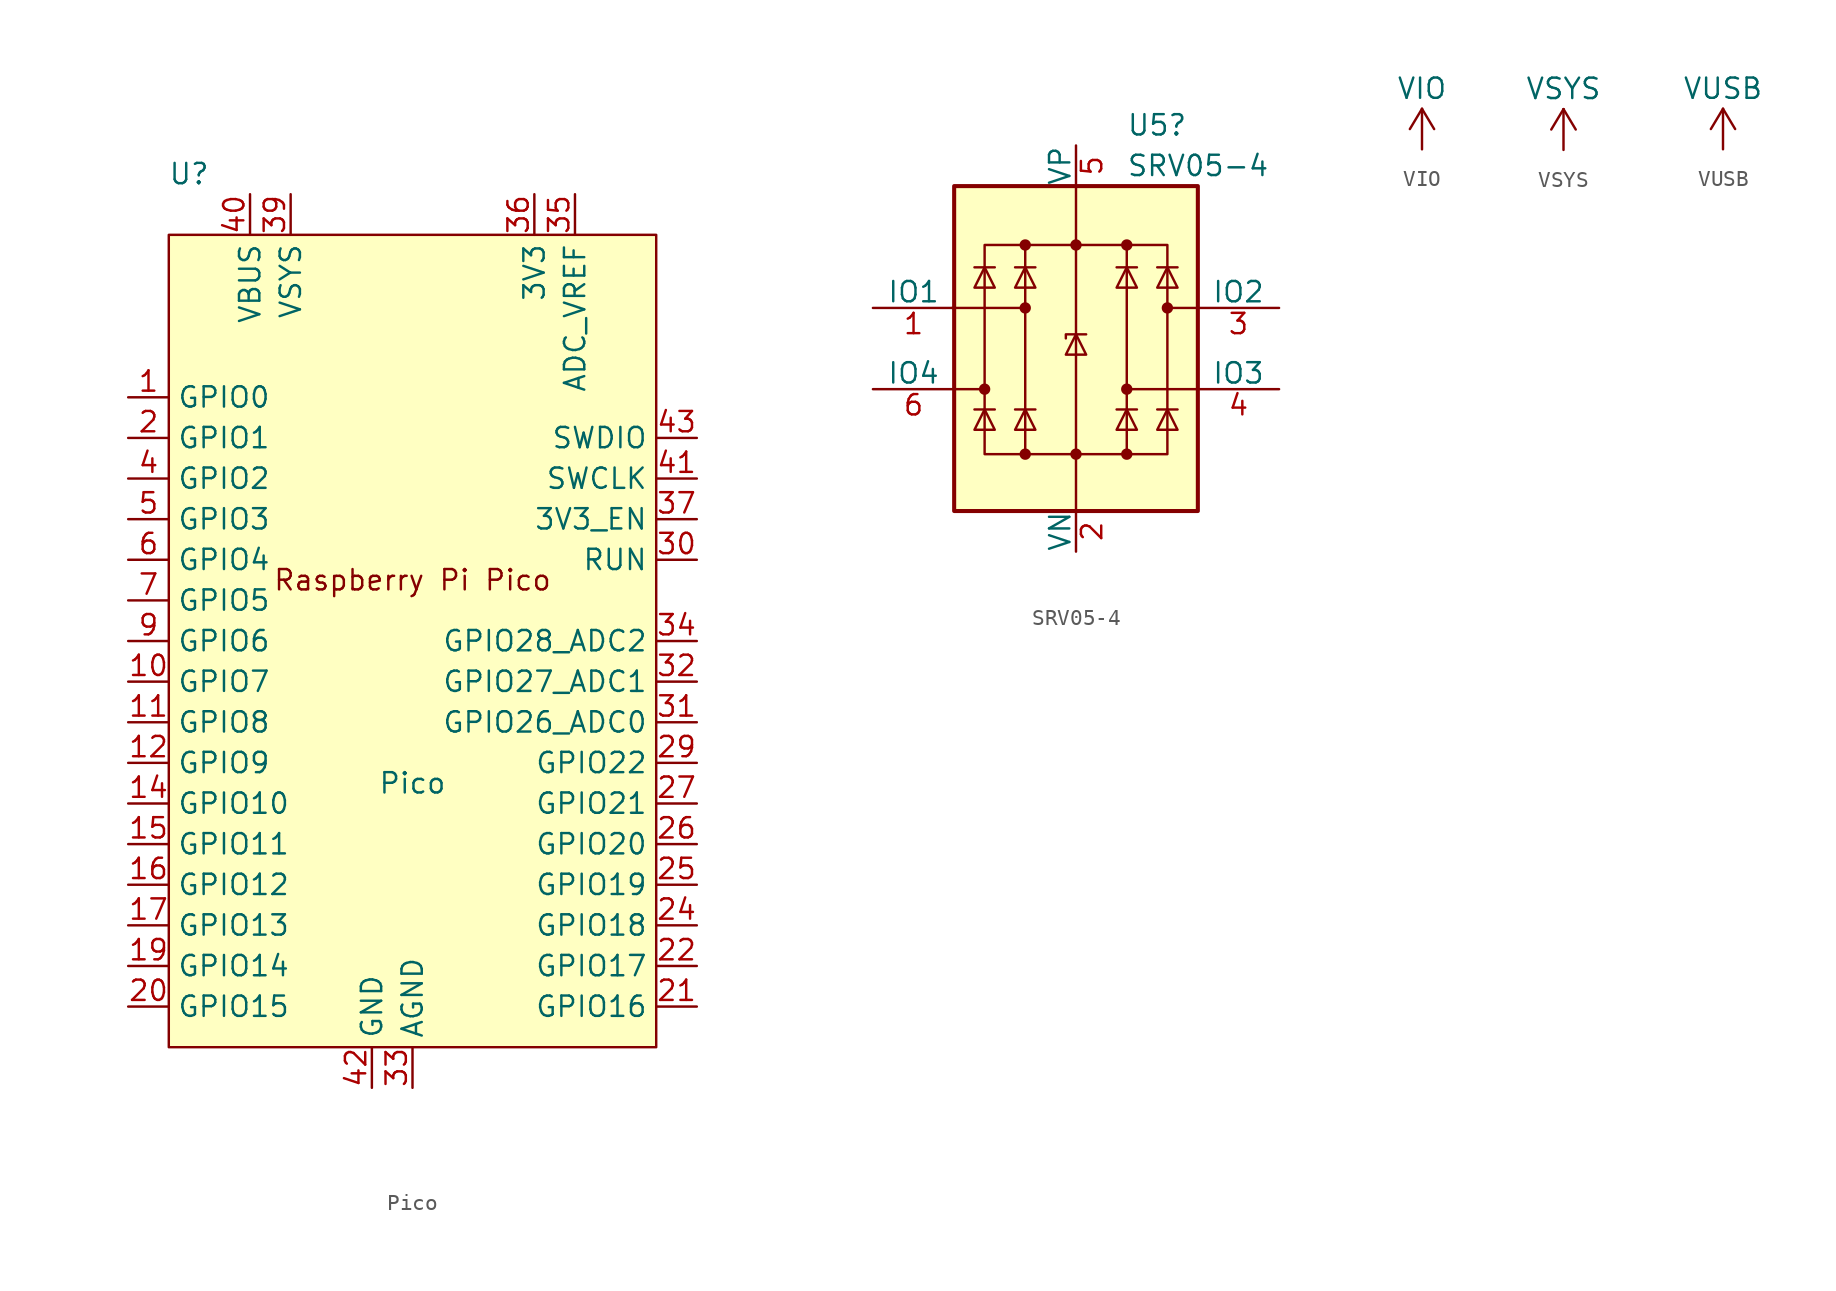
<source format=kicad_sym>
(kicad_symbol_lib
  (version 20220914)
  (generator kicad_symbol_editor)
  (symbol "Pico"
    (property "Reference" "U"
      (at -13.97 26.67 0)
      (effects (font (size 1.27 1.27))))
    (property "Value" "Pico"
      (at 0 -11.43 0)
      (effects (font (size 1.27 1.27))))
    (symbol "Pico_0_0"
      (text "Raspberry Pi Pico" (at 0 1.27 0) (effects (font (size 1.27 1.27)))))
    (symbol "Pico_0_1"
      (rectangle (start -15.24 22.86) (end 15.24 -27.94) (stroke (width 0) (type default)) (fill (type background))))
    (symbol "Pico_1_1"
      (pin bidirectional line (at -17.78 12.7 0) (length 2.54) (name "GPIO0" (effects (font (size 1.27 1.27)))) (number "1" (effects (font (size 1.27 1.27)))))
      (pin bidirectional line (at -17.78 -5.08 0) (length 2.54) (name "GPIO7" (effects (font (size 1.27 1.27)))) (number "10" (effects (font (size 1.27 1.27)))))
      (pin bidirectional line (at -17.78 -7.62 0) (length 2.54) (name "GPIO8" (effects (font (size 1.27 1.27)))) (number "11" (effects (font (size 1.27 1.27)))))
      (pin bidirectional line (at -17.78 -10.16 0) (length 2.54) (name "GPIO9" (effects (font (size 1.27 1.27)))) (number "12" (effects (font (size 1.27 1.27)))))
      (pin power_in line (at -2.54 -30.48 90) (length 2.54) hide (name "GND" (effects (font (size 1.27 1.27)))) (number "13" (effects (font (size 1.27 1.27)))))
      (pin bidirectional line (at -17.78 -12.7 0) (length 2.54) (name "GPIO10" (effects (font (size 1.27 1.27)))) (number "14" (effects (font (size 1.27 1.27)))))
      (pin bidirectional line (at -17.78 -15.24 0) (length 2.54) (name "GPIO11" (effects (font (size 1.27 1.27)))) (number "15" (effects (font (size 1.27 1.27)))))
      (pin bidirectional line (at -17.78 -17.78 0) (length 2.54) (name "GPIO12" (effects (font (size 1.27 1.27)))) (number "16" (effects (font (size 1.27 1.27)))))
      (pin bidirectional line (at -17.78 -20.32 0) (length 2.54) (name "GPIO13" (effects (font (size 1.27 1.27)))) (number "17" (effects (font (size 1.27 1.27)))))
      (pin power_in line (at -2.54 -30.48 90) (length 2.54) hide (name "GND" (effects (font (size 1.27 1.27)))) (number "18" (effects (font (size 1.27 1.27)))))
      (pin bidirectional line (at -17.78 -22.86 0) (length 2.54) (name "GPIO14" (effects (font (size 1.27 1.27)))) (number "19" (effects (font (size 1.27 1.27)))))
      (pin bidirectional line (at -17.78 10.16 0) (length 2.54) (name "GPIO1" (effects (font (size 1.27 1.27)))) (number "2" (effects (font (size 1.27 1.27)))))
      (pin bidirectional line (at -17.78 -25.4 0) (length 2.54) (name "GPIO15" (effects (font (size 1.27 1.27)))) (number "20" (effects (font (size 1.27 1.27)))))
      (pin bidirectional line (at 17.78 -25.4 180) (length 2.54) (name "GPIO16" (effects (font (size 1.27 1.27)))) (number "21" (effects (font (size 1.27 1.27)))))
      (pin bidirectional line (at 17.78 -22.86 180) (length 2.54) (name "GPIO17" (effects (font (size 1.27 1.27)))) (number "22" (effects (font (size 1.27 1.27)))))
      (pin power_in line (at -2.54 -30.48 90) (length 2.54) hide (name "GND" (effects (font (size 1.27 1.27)))) (number "23" (effects (font (size 1.27 1.27)))))
      (pin bidirectional line (at 17.78 -20.32 180) (length 2.54) (name "GPIO18" (effects (font (size 1.27 1.27)))) (number "24" (effects (font (size 1.27 1.27)))))
      (pin bidirectional line (at 17.78 -17.78 180) (length 2.54) (name "GPIO19" (effects (font (size 1.27 1.27)))) (number "25" (effects (font (size 1.27 1.27)))))
      (pin bidirectional line (at 17.78 -15.24 180) (length 2.54) (name "GPIO20" (effects (font (size 1.27 1.27)))) (number "26" (effects (font (size 1.27 1.27)))))
      (pin bidirectional line (at 17.78 -12.7 180) (length 2.54) (name "GPIO21" (effects (font (size 1.27 1.27)))) (number "27" (effects (font (size 1.27 1.27)))))
      (pin power_in line (at -2.54 -30.48 90) (length 2.54) hide (name "GND" (effects (font (size 1.27 1.27)))) (number "28" (effects (font (size 1.27 1.27)))))
      (pin bidirectional line (at 17.78 -10.16 180) (length 2.54) (name "GPIO22" (effects (font (size 1.27 1.27)))) (number "29" (effects (font (size 1.27 1.27)))))
      (pin power_in line (at -2.54 -30.48 90) (length 2.54) hide (name "GND" (effects (font (size 1.27 1.27)))) (number "3" (effects (font (size 1.27 1.27)))))
      (pin input line (at 17.78 2.54 180) (length 2.54) (name "RUN" (effects (font (size 1.27 1.27)))) (number "30" (effects (font (size 1.27 1.27)))))
      (pin bidirectional line (at 17.78 -7.62 180) (length 2.54) (name "GPIO26_ADC0" (effects (font (size 1.27 1.27)))) (number "31" (effects (font (size 1.27 1.27)))))
      (pin bidirectional line (at 17.78 -5.08 180) (length 2.54) (name "GPIO27_ADC1" (effects (font (size 1.27 1.27)))) (number "32" (effects (font (size 1.27 1.27)))))
      (pin power_in line (at 0 -30.48 90) (length 2.54) (name "AGND" (effects (font (size 1.27 1.27)))) (number "33" (effects (font (size 1.27 1.27)))))
      (pin bidirectional line (at 17.78 -2.54 180) (length 2.54) (name "GPIO28_ADC2" (effects (font (size 1.27 1.27)))) (number "34" (effects (font (size 1.27 1.27)))))
      (pin power_in line (at 10.16 25.4 270) (length 2.54) (name "ADC_VREF" (effects (font (size 1.27 1.27)))) (number "35" (effects (font (size 1.27 1.27)))))
      (pin power_in line (at 7.62 25.4 270) (length 2.54) (name "3V3" (effects (font (size 1.27 1.27)))) (number "36" (effects (font (size 1.27 1.27)))))
      (pin input line (at 17.78 5.08 180) (length 2.54) (name "3V3_EN" (effects (font (size 1.27 1.27)))) (number "37" (effects (font (size 1.27 1.27)))))
      (pin power_in line (at -2.54 -30.48 90) (length 2.54) hide (name "GND" (effects (font (size 1.27 1.27)))) (number "38" (effects (font (size 1.27 1.27)))))
      (pin power_in line (at -7.62 25.4 270) (length 2.54) (name "VSYS" (effects (font (size 1.27 1.27)))) (number "39" (effects (font (size 1.27 1.27)))))
      (pin bidirectional line (at -17.78 7.62 0) (length 2.54) (name "GPIO2" (effects (font (size 1.27 1.27)))) (number "4" (effects (font (size 1.27 1.27)))))
      (pin power_in line (at -10.16 25.4 270) (length 2.54) (name "VBUS" (effects (font (size 1.27 1.27)))) (number "40" (effects (font (size 1.27 1.27)))))
      (pin input line (at 17.78 7.62 180) (length 2.54) (name "SWCLK" (effects (font (size 1.27 1.27)))) (number "41" (effects (font (size 1.27 1.27)))))
      (pin power_in line (at -2.54 -30.48 90) (length 2.54) (name "GND" (effects (font (size 1.27 1.27)))) (number "42" (effects (font (size 1.27 1.27)))))
      (pin bidirectional line (at 17.78 10.16 180) (length 2.54) (name "SWDIO" (effects (font (size 1.27 1.27)))) (number "43" (effects (font (size 1.27 1.27)))))
      (pin bidirectional line (at -17.78 5.08 0) (length 2.54) (name "GPIO3" (effects (font (size 1.27 1.27)))) (number "5" (effects (font (size 1.27 1.27)))))
      (pin bidirectional line (at -17.78 2.54 0) (length 2.54) (name "GPIO4" (effects (font (size 1.27 1.27)))) (number "6" (effects (font (size 1.27 1.27)))))
      (pin bidirectional line (at -17.78 0 0) (length 2.54) (name "GPIO5" (effects (font (size 1.27 1.27)))) (number "7" (effects (font (size 1.27 1.27)))))
      (pin power_in line (at -2.54 -30.48 90) (length 2.54) hide (name "GND" (effects (font (size 1.27 1.27)))) (number "8" (effects (font (size 1.27 1.27)))))
      (pin bidirectional line (at -17.78 -2.54 0) (length 2.54) (name "GPIO6" (effects (font (size 1.27 1.27)))) (number "9" (effects (font (size 1.27 1.27)))))))
  (symbol "SRV05-4"
    (pin_names
      (offset 0))
    (property "Reference" "U5"
      (at 3.15 13.97 0)
      (effects (font (size 1.27 1.27)) (justify left)))
    (property "Value" "SRV05-4"
      (at 3.15 11.43 0)
      (effects (font (size 1.27 1.27)) (justify left)))
    (symbol "SRV05-4_0_0"
      (rectangle (start -5.715 6.477) (end 5.715 -6.604) (stroke (width 0) (type default)) (fill (type none)))
      (polyline (pts (xy -3.175 -6.604) (xy -3.175 6.477)) (stroke (width 0) (type default)) (fill (type none)))
      (polyline (pts (xy 3.175 6.477) (xy 3.175 -6.604)) (stroke (width 0) (type default)) (fill (type none))))
    (symbol "SRV05-4_0_1"
      (rectangle (start -7.62 10.16) (end 7.62 -10.16) (stroke (width 0.254) (type default)) (fill (type background)))
      (circle (center -5.715 -2.54) (radius 0.279) (stroke (width 0) (type default)) (fill (type outline)))
      (circle (center -3.175 -6.604) (radius 0.279) (stroke (width 0) (type default)) (fill (type outline)))
      (circle (center -3.175 2.54) (radius 0.279) (stroke (width 0) (type default)) (fill (type outline)))
      (circle (center -3.175 6.477) (radius 0.279) (stroke (width 0) (type default)) (fill (type outline)))
      (circle (center 0 -6.604) (radius 0.279) (stroke (width 0) (type default)) (fill (type outline)))
      (polyline (pts (xy -7.747 2.54) (xy -3.175 2.54)) (stroke (width 0) (type default)) (fill (type none)))
      (polyline (pts (xy -7.62 -2.54) (xy -5.715 -2.54)) (stroke (width 0) (type default)) (fill (type none)))
      (polyline (pts (xy -5.08 -3.81) (xy -6.35 -3.81)) (stroke (width 0) (type default)) (fill (type none)))
      (polyline (pts (xy -5.08 5.08) (xy -6.35 5.08)) (stroke (width 0) (type default)) (fill (type none)))
      (polyline (pts (xy -2.54 -3.81) (xy -3.81 -3.81)) (stroke (width 0) (type default)) (fill (type none)))
      (polyline (pts (xy -2.54 5.08) (xy -3.81 5.08)) (stroke (width 0) (type default)) (fill (type none)))
      (polyline (pts (xy 0 10.16) (xy 0 -10.16)) (stroke (width 0) (type default)) (fill (type none)))
      (polyline (pts (xy 3.81 -3.81) (xy 2.54 -3.81)) (stroke (width 0) (type default)) (fill (type none)))
      (polyline (pts (xy 3.81 5.08) (xy 2.54 5.08)) (stroke (width 0) (type default)) (fill (type none)))
      (polyline (pts (xy 6.35 -3.81) (xy 5.08 -3.81)) (stroke (width 0) (type default)) (fill (type none)))
      (polyline (pts (xy 6.35 5.08) (xy 5.08 5.08)) (stroke (width 0) (type default)) (fill (type none)))
      (polyline (pts (xy 7.62 -2.54) (xy 3.175 -2.54)) (stroke (width 0) (type default)) (fill (type none)))
      (polyline (pts (xy 7.62 2.54) (xy 5.715 2.54)) (stroke (width 0) (type default)) (fill (type none)))
      (polyline (pts (xy 0.635 0.889) (xy -0.635 0.889) (xy -0.635 0.635)) (stroke (width 0) (type default)) (fill (type none)))
      (polyline (pts (xy -5.08 -5.08) (xy -6.35 -5.08) (xy -5.715 -3.81) (xy -5.08 -5.08)) (stroke (width 0) (type default)) (fill (type none)))
      (polyline (pts (xy -5.08 3.81) (xy -6.35 3.81) (xy -5.715 5.08) (xy -5.08 3.81)) (stroke (width 0) (type default)) (fill (type none)))
      (polyline (pts (xy -2.54 -5.08) (xy -3.81 -5.08) (xy -3.175 -3.81) (xy -2.54 -5.08)) (stroke (width 0) (type default)) (fill (type none)))
      (polyline (pts (xy -2.54 3.81) (xy -3.81 3.81) (xy -3.175 5.08) (xy -2.54 3.81)) (stroke (width 0) (type default)) (fill (type none)))
      (polyline (pts (xy 0.635 -0.381) (xy -0.635 -0.381) (xy 0 0.889) (xy 0.635 -0.381)) (stroke (width 0) (type default)) (fill (type none)))
      (polyline (pts (xy 3.81 -5.08) (xy 2.54 -5.08) (xy 3.175 -3.81) (xy 3.81 -5.08)) (stroke (width 0) (type default)) (fill (type none)))
      (polyline (pts (xy 3.81 3.81) (xy 2.54 3.81) (xy 3.175 5.08) (xy 3.81 3.81)) (stroke (width 0) (type default)) (fill (type none)))
      (polyline (pts (xy 6.35 -5.08) (xy 5.08 -5.08) (xy 5.715 -3.81) (xy 6.35 -5.08)) (stroke (width 0) (type default)) (fill (type none)))
      (polyline (pts (xy 6.35 3.81) (xy 5.08 3.81) (xy 5.715 5.08) (xy 6.35 3.81)) (stroke (width 0) (type default)) (fill (type none)))
      (circle (center 0 6.477) (radius 0.279) (stroke (width 0) (type default)) (fill (type outline)))
      (circle (center 3.175 -6.604) (radius 0.279) (stroke (width 0) (type default)) (fill (type outline)))
      (circle (center 3.175 -2.54) (radius 0.279) (stroke (width 0) (type default)) (fill (type outline)))
      (circle (center 3.175 6.477) (radius 0.279) (stroke (width 0) (type default)) (fill (type outline)))
      (circle (center 5.715 2.54) (radius 0.279) (stroke (width 0) (type default)) (fill (type outline))))
    (symbol "SRV05-4_1_1"
      (pin passive line (at -12.7 2.54 0) (length 5.08) (name "IO1" (effects (font (size 1.27 1.27)))) (number "1" (effects (font (size 1.27 1.27)))))
      (pin passive line (at 0 -12.7 90) (length 2.54) (name "VN" (effects (font (size 1.27 1.27)))) (number "2" (effects (font (size 1.27 1.27)))))
      (pin passive line (at 12.7 2.54 180) (length 5.08) (name "IO2" (effects (font (size 1.27 1.27)))) (number "3" (effects (font (size 1.27 1.27)))))
      (pin passive line (at 12.7 -2.54 180) (length 5.08) (name "IO3" (effects (font (size 1.27 1.27)))) (number "4" (effects (font (size 1.27 1.27)))))
      (pin passive line (at 0 12.7 270) (length 2.54) (name "VP" (effects (font (size 1.27 1.27)))) (number "5" (effects (font (size 1.27 1.27)))))
      (pin passive line (at -12.7 -2.54 0) (length 5.08) (name "IO4" (effects (font (size 1.27 1.27)))) (number "6" (effects (font (size 1.27 1.27)))))))
  (symbol "VIO"
    (power)
    (pin_names
      (offset 0))
    (property "Reference" "#PWR"
      (at 0 -3.81 0)
      (effects (font (size 1.27 1.27)) hide))
    (property "Value" "VIO"
      (at 0 3.81 0)
      (effects (font (size 1.27 1.27))))
    (symbol "VIO_0_1"
      (polyline (pts (xy -0.762 1.27) (xy 0 2.54)) (stroke (width 0) (type default)) (fill (type none)))
      (polyline (pts (xy 0 0) (xy 0 2.54)) (stroke (width 0) (type default)) (fill (type none)))
      (polyline (pts (xy 0 2.54) (xy 0.762 1.27)) (stroke (width 0) (type default)) (fill (type none))))
    (symbol "VIO_1_1"
      (pin power_in line (at 0 0 90) (length 0) hide (name "VIO" (effects (font (size 1.27 1.27)))) (number "" (effects (font (size 1.27 1.27)))))))
  (symbol "VSYS"
    (power)
    (pin_names
      (offset 0))
    (property "Reference" "#PWR"
      (at 0 -3.81 0)
      (effects (font (size 1.27 1.27)) hide))
    (property "Value" "VSYS"
      (at 0 3.81 0)
      (effects (font (size 1.27 1.27))))
    (symbol "VSYS_0_1"
      (polyline (pts (xy -0.762 1.27) (xy 0 2.54)) (stroke (width 0) (type default)) (fill (type none)))
      (polyline (pts (xy 0 0) (xy 0 2.54)) (stroke (width 0) (type default)) (fill (type none)))
      (polyline (pts (xy 0 2.54) (xy 0.762 1.27)) (stroke (width 0) (type default)) (fill (type none))))
    (symbol "VSYS_1_1"
      (pin power_in line (at 0 0 90) (length 0) hide (name "VSYS" (effects (font (size 1.27 1.27)))) (number "" (effects (font (size 1.27 1.27)))))))
  (symbol "VUSB"
    (power)
    (pin_names
      (offset 0))
    (property "Reference" "#PWR"
      (at 0 -3.81 0)
      (effects (font (size 1.27 1.27)) hide))
    (property "Value" "VUSB"
      (at 0 3.81 0)
      (effects (font (size 1.27 1.27))))
    (symbol "VUSB_0_1"
      (polyline (pts (xy -0.762 1.27) (xy 0 2.54)) (stroke (width 0) (type default)) (fill (type none)))
      (polyline (pts (xy 0 0) (xy 0 2.54)) (stroke (width 0) (type default)) (fill (type none)))
      (polyline (pts (xy 0 2.54) (xy 0.762 1.27)) (stroke (width 0) (type default)) (fill (type none))))
    (symbol "VUSB_1_1"
      (pin power_in line (at 0 0 90) (length 0) hide (name "VUSB" (effects (font (size 1.27 1.27)))) (number "" (effects (font (size 1.27 1.27))))))))
</source>
